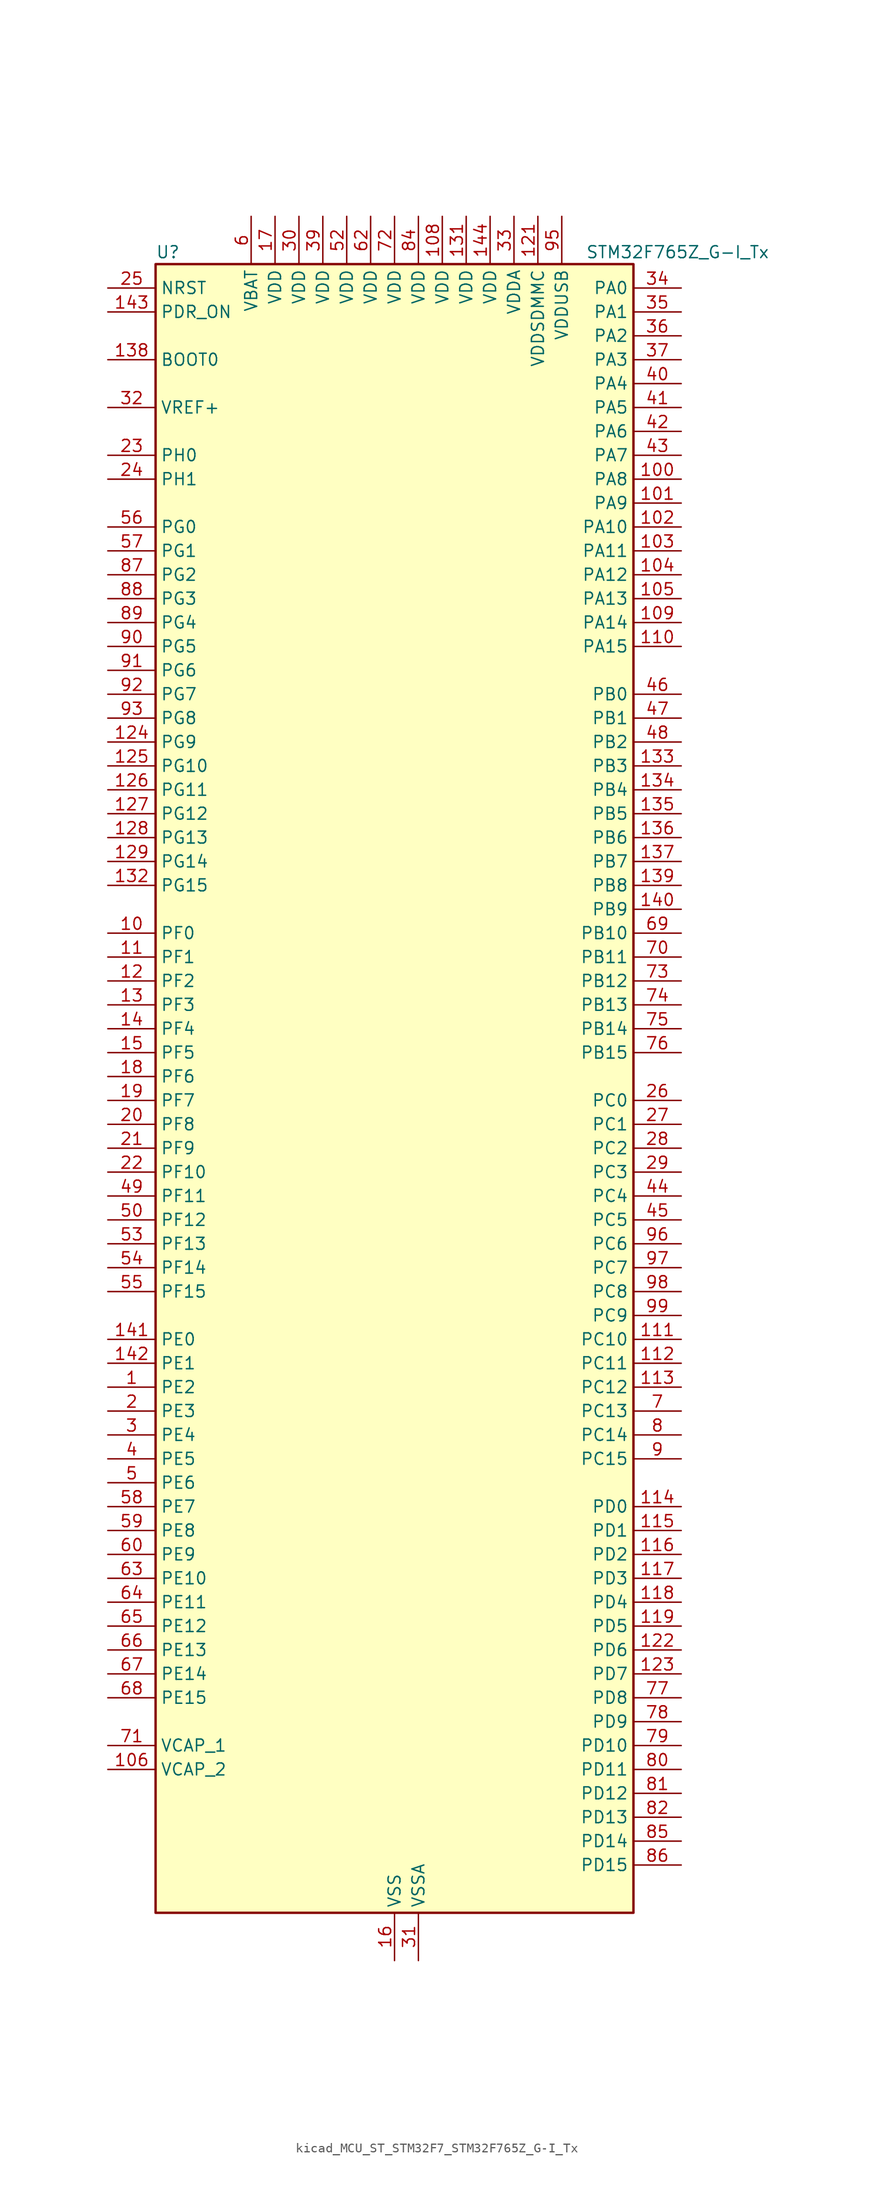
<source format=kicad_sym>
(kicad_symbol_lib
  (version 20220914)
  (generator kicad_symbol_editor)
  (symbol "kicad_MCU_ST_STM32F7_STM32F765Z_G-I_Tx"
    (property "Reference" "U"
      (at -25.4 90.17 0)
      (effects (font (size 1.27 1.27)) (justify left)))
    (property "Value" "STM32F765Z_G-I_Tx"
      (at 20.32 90.17 0)
      (effects (font (size 1.27 1.27)) (justify left)))
    (property "ki_locked" ""
      (at 0 0 0)
      (effects (font (size 1.27 1.27))))
    (symbol "kicad_MCU_ST_STM32F7_STM32F765Z_G-I_Tx_0_1"
      (rectangle (start -25.4 -86.36) (end 25.4 88.9) (stroke (width 0.254) (type default)) (fill (type background))))
    (symbol "kicad_MCU_ST_STM32F7_STM32F765Z_G-I_Tx_1_1"
      (pin bidirectional line (at -30.48 -30.48 0) (length 5.08) (name "PE2" (effects (font (size 1.27 1.27)))) (number "1" (effects (font (size 1.27 1.27)))) (alternate "ETH_TXD3" bidirectional line) (alternate "FMC_A23" bidirectional line) (alternate "QUADSPI_BK1_IO2" bidirectional line) (alternate "SAI1_MCLK_A" bidirectional line) (alternate "SPI4_SCK" bidirectional line) (alternate "SYS_TRACECLK" bidirectional line))
      (pin bidirectional line (at -30.48 17.78 0) (length 5.08) (name "PF0" (effects (font (size 1.27 1.27)))) (number "10" (effects (font (size 1.27 1.27)))) (alternate "FMC_A0" bidirectional line) (alternate "I2C2_SDA" bidirectional line))
      (pin bidirectional line (at 30.48 66.04 180) (length 5.08) (name "PA8" (effects (font (size 1.27 1.27)))) (number "100" (effects (font (size 1.27 1.27)))) (alternate "CAN3_RX" bidirectional line) (alternate "I2C3_SCL" bidirectional line) (alternate "RCC_MCO_1" bidirectional line) (alternate "TIM1_CH1" bidirectional line) (alternate "TIM8_BKIN2" bidirectional line) (alternate "UART7_RX" bidirectional line) (alternate "USART1_CK" bidirectional line) (alternate "USB_OTG_FS_SOF" bidirectional line))
      (pin bidirectional line (at 30.48 63.5 180) (length 5.08) (name "PA9" (effects (font (size 1.27 1.27)))) (number "101" (effects (font (size 1.27 1.27)))) (alternate "DAC_EXTI9" bidirectional line) (alternate "DCMI_D0" bidirectional line) (alternate "I2C3_SMBA" bidirectional line) (alternate "I2S2_CK" bidirectional line) (alternate "SPI2_SCK" bidirectional line) (alternate "TIM1_CH2" bidirectional line) (alternate "USART1_TX" bidirectional line) (alternate "USB_OTG_FS_VBUS" bidirectional line))
      (pin bidirectional line (at 30.48 60.96 180) (length 5.08) (name "PA10" (effects (font (size 1.27 1.27)))) (number "102" (effects (font (size 1.27 1.27)))) (alternate "DCMI_D1" bidirectional line) (alternate "MDIOS_MDIO" bidirectional line) (alternate "TIM1_CH3" bidirectional line) (alternate "USART1_RX" bidirectional line) (alternate "USB_OTG_FS_ID" bidirectional line))
      (pin bidirectional line (at 30.48 58.42 180) (length 5.08) (name "PA11" (effects (font (size 1.27 1.27)))) (number "103" (effects (font (size 1.27 1.27)))) (alternate "ADC1_EXTI11" bidirectional line) (alternate "ADC2_EXTI11" bidirectional line) (alternate "ADC3_EXTI11" bidirectional line) (alternate "CAN1_RX" bidirectional line) (alternate "I2S2_WS" bidirectional line) (alternate "SPI2_NSS" bidirectional line) (alternate "TIM1_CH4" bidirectional line) (alternate "UART4_RX" bidirectional line) (alternate "USART1_CTS" bidirectional line) (alternate "USB_OTG_FS_DM" bidirectional line))
      (pin bidirectional line (at 30.48 55.88 180) (length 5.08) (name "PA12" (effects (font (size 1.27 1.27)))) (number "104" (effects (font (size 1.27 1.27)))) (alternate "CAN1_TX" bidirectional line) (alternate "I2S2_CK" bidirectional line) (alternate "SAI2_FS_B" bidirectional line) (alternate "SPI2_SCK" bidirectional line) (alternate "TIM1_ETR" bidirectional line) (alternate "UART4_TX" bidirectional line) (alternate "USART1_DE" bidirectional line) (alternate "USART1_RTS" bidirectional line) (alternate "USB_OTG_FS_DP" bidirectional line))
      (pin bidirectional line (at 30.48 53.34 180) (length 5.08) (name "PA13" (effects (font (size 1.27 1.27)))) (number "105" (effects (font (size 1.27 1.27)))) (alternate "SYS_JTMS-SWDIO" bidirectional line))
      (pin power_out line (at -30.48 -71.12 0) (length 5.08) (name "VCAP_2" (effects (font (size 1.27 1.27)))) (number "106" (effects (font (size 1.27 1.27)))))
      (pin passive line (at 0 -91.44 90) (length 5.08) hide (name "VSS" (effects (font (size 1.27 1.27)))) (number "107" (effects (font (size 1.27 1.27)))))
      (pin power_in line (at 5.08 93.98 270) (length 5.08) (name "VDD" (effects (font (size 1.27 1.27)))) (number "108" (effects (font (size 1.27 1.27)))))
      (pin bidirectional line (at 30.48 50.8 180) (length 5.08) (name "PA14" (effects (font (size 1.27 1.27)))) (number "109" (effects (font (size 1.27 1.27)))) (alternate "SYS_JTCK-SWCLK" bidirectional line))
      (pin bidirectional line (at -30.48 15.24 0) (length 5.08) (name "PF1" (effects (font (size 1.27 1.27)))) (number "11" (effects (font (size 1.27 1.27)))) (alternate "FMC_A1" bidirectional line) (alternate "I2C2_SCL" bidirectional line))
      (pin bidirectional line (at 30.48 48.26 180) (length 5.08) (name "PA15" (effects (font (size 1.27 1.27)))) (number "110" (effects (font (size 1.27 1.27)))) (alternate "CAN3_TX" bidirectional line) (alternate "CEC" bidirectional line) (alternate "I2S1_WS" bidirectional line) (alternate "I2S3_WS" bidirectional line) (alternate "SPI1_NSS" bidirectional line) (alternate "SPI3_NSS" bidirectional line) (alternate "SPI6_NSS" bidirectional line) (alternate "SYS_JTDI" bidirectional line) (alternate "TIM2_CH1" bidirectional line) (alternate "TIM2_ETR" bidirectional line) (alternate "UART4_DE" bidirectional line) (alternate "UART4_RTS" bidirectional line) (alternate "UART7_TX" bidirectional line))
      (pin bidirectional line (at 30.48 -25.4 180) (length 5.08) (name "PC10" (effects (font (size 1.27 1.27)))) (number "111" (effects (font (size 1.27 1.27)))) (alternate "DCMI_D8" bidirectional line) (alternate "DFSDM1_CKIN5" bidirectional line) (alternate "I2S3_CK" bidirectional line) (alternate "QUADSPI_BK1_IO1" bidirectional line) (alternate "SDMMC1_D2" bidirectional line) (alternate "SPI3_SCK" bidirectional line) (alternate "UART4_TX" bidirectional line) (alternate "USART3_TX" bidirectional line))
      (pin bidirectional line (at 30.48 -27.94 180) (length 5.08) (name "PC11" (effects (font (size 1.27 1.27)))) (number "112" (effects (font (size 1.27 1.27)))) (alternate "ADC1_EXTI11" bidirectional line) (alternate "ADC2_EXTI11" bidirectional line) (alternate "ADC3_EXTI11" bidirectional line) (alternate "DCMI_D4" bidirectional line) (alternate "DFSDM1_DATIN5" bidirectional line) (alternate "QUADSPI_BK2_NCS" bidirectional line) (alternate "SDMMC1_D3" bidirectional line) (alternate "SPI3_MISO" bidirectional line) (alternate "UART4_RX" bidirectional line) (alternate "USART3_RX" bidirectional line))
      (pin bidirectional line (at 30.48 -30.48 180) (length 5.08) (name "PC12" (effects (font (size 1.27 1.27)))) (number "113" (effects (font (size 1.27 1.27)))) (alternate "DCMI_D9" bidirectional line) (alternate "I2S3_SD" bidirectional line) (alternate "SDMMC1_CK" bidirectional line) (alternate "SPI3_MOSI" bidirectional line) (alternate "SYS_TRACED3" bidirectional line) (alternate "UART5_TX" bidirectional line) (alternate "USART3_CK" bidirectional line))
      (pin bidirectional line (at 30.48 -43.18 180) (length 5.08) (name "PD0" (effects (font (size 1.27 1.27)))) (number "114" (effects (font (size 1.27 1.27)))) (alternate "CAN1_RX" bidirectional line) (alternate "DFSDM1_CKIN6" bidirectional line) (alternate "DFSDM1_DATIN7" bidirectional line) (alternate "FMC_D2" bidirectional line) (alternate "FMC_DA2" bidirectional line) (alternate "UART4_RX" bidirectional line))
      (pin bidirectional line (at 30.48 -45.72 180) (length 5.08) (name "PD1" (effects (font (size 1.27 1.27)))) (number "115" (effects (font (size 1.27 1.27)))) (alternate "CAN1_TX" bidirectional line) (alternate "DFSDM1_CKIN7" bidirectional line) (alternate "DFSDM1_DATIN6" bidirectional line) (alternate "FMC_D3" bidirectional line) (alternate "FMC_DA3" bidirectional line) (alternate "UART4_TX" bidirectional line))
      (pin bidirectional line (at 30.48 -48.26 180) (length 5.08) (name "PD2" (effects (font (size 1.27 1.27)))) (number "116" (effects (font (size 1.27 1.27)))) (alternate "DCMI_D11" bidirectional line) (alternate "SDMMC1_CMD" bidirectional line) (alternate "SYS_TRACED2" bidirectional line) (alternate "TIM3_ETR" bidirectional line) (alternate "UART5_RX" bidirectional line))
      (pin bidirectional line (at 30.48 -50.8 180) (length 5.08) (name "PD3" (effects (font (size 1.27 1.27)))) (number "117" (effects (font (size 1.27 1.27)))) (alternate "DCMI_D5" bidirectional line) (alternate "DFSDM1_CKOUT" bidirectional line) (alternate "DFSDM1_DATIN0" bidirectional line) (alternate "FMC_CLK" bidirectional line) (alternate "I2S2_CK" bidirectional line) (alternate "SPI2_SCK" bidirectional line) (alternate "USART2_CTS" bidirectional line))
      (pin bidirectional line (at 30.48 -53.34 180) (length 5.08) (name "PD4" (effects (font (size 1.27 1.27)))) (number "118" (effects (font (size 1.27 1.27)))) (alternate "DFSDM1_CKIN0" bidirectional line) (alternate "FMC_NOE" bidirectional line) (alternate "USART2_DE" bidirectional line) (alternate "USART2_RTS" bidirectional line))
      (pin bidirectional line (at 30.48 -55.88 180) (length 5.08) (name "PD5" (effects (font (size 1.27 1.27)))) (number "119" (effects (font (size 1.27 1.27)))) (alternate "FMC_NWE" bidirectional line) (alternate "USART2_TX" bidirectional line))
      (pin bidirectional line (at -30.48 12.7 0) (length 5.08) (name "PF2" (effects (font (size 1.27 1.27)))) (number "12" (effects (font (size 1.27 1.27)))) (alternate "FMC_A2" bidirectional line) (alternate "I2C2_SMBA" bidirectional line))
      (pin passive line (at 0 -91.44 90) (length 5.08) hide (name "VSS" (effects (font (size 1.27 1.27)))) (number "120" (effects (font (size 1.27 1.27)))))
      (pin power_in line (at 15.24 93.98 270) (length 5.08) (name "VDDSDMMC" (effects (font (size 1.27 1.27)))) (number "121" (effects (font (size 1.27 1.27)))))
      (pin bidirectional line (at 30.48 -58.42 180) (length 5.08) (name "PD6" (effects (font (size 1.27 1.27)))) (number "122" (effects (font (size 1.27 1.27)))) (alternate "DCMI_D10" bidirectional line) (alternate "DFSDM1_CKIN4" bidirectional line) (alternate "DFSDM1_DATIN1" bidirectional line) (alternate "FMC_NWAIT" bidirectional line) (alternate "I2S3_SD" bidirectional line) (alternate "SAI1_SD_A" bidirectional line) (alternate "SDMMC2_CK" bidirectional line) (alternate "SPI3_MOSI" bidirectional line) (alternate "USART2_RX" bidirectional line))
      (pin bidirectional line (at 30.48 -60.96 180) (length 5.08) (name "PD7" (effects (font (size 1.27 1.27)))) (number "123" (effects (font (size 1.27 1.27)))) (alternate "DFSDM1_CKIN1" bidirectional line) (alternate "DFSDM1_DATIN4" bidirectional line) (alternate "FMC_NE1" bidirectional line) (alternate "I2S1_SD" bidirectional line) (alternate "SDMMC2_CMD" bidirectional line) (alternate "SPDIFRX_IN0" bidirectional line) (alternate "SPI1_MOSI" bidirectional line) (alternate "USART2_CK" bidirectional line))
      (pin bidirectional line (at -30.48 38.1 0) (length 5.08) (name "PG9" (effects (font (size 1.27 1.27)))) (number "124" (effects (font (size 1.27 1.27)))) (alternate "DAC_EXTI9" bidirectional line) (alternate "DCMI_VSYNC" bidirectional line) (alternate "FMC_NCE" bidirectional line) (alternate "FMC_NE2" bidirectional line) (alternate "QUADSPI_BK2_IO2" bidirectional line) (alternate "SAI2_FS_B" bidirectional line) (alternate "SDMMC2_D0" bidirectional line) (alternate "SPDIFRX_IN3" bidirectional line) (alternate "SPI1_MISO" bidirectional line) (alternate "USART6_RX" bidirectional line))
      (pin bidirectional line (at -30.48 35.56 0) (length 5.08) (name "PG10" (effects (font (size 1.27 1.27)))) (number "125" (effects (font (size 1.27 1.27)))) (alternate "DCMI_D2" bidirectional line) (alternate "FMC_NE3" bidirectional line) (alternate "I2S1_WS" bidirectional line) (alternate "SAI2_SD_B" bidirectional line) (alternate "SDMMC2_D1" bidirectional line) (alternate "SPI1_NSS" bidirectional line))
      (pin bidirectional line (at -30.48 33.02 0) (length 5.08) (name "PG11" (effects (font (size 1.27 1.27)))) (number "126" (effects (font (size 1.27 1.27)))) (alternate "ADC1_EXTI11" bidirectional line) (alternate "ADC2_EXTI11" bidirectional line) (alternate "ADC3_EXTI11" bidirectional line) (alternate "DCMI_D3" bidirectional line) (alternate "ETH_TX_EN" bidirectional line) (alternate "I2S1_CK" bidirectional line) (alternate "SDMMC2_D2" bidirectional line) (alternate "SPDIFRX_IN0" bidirectional line) (alternate "SPI1_SCK" bidirectional line))
      (pin bidirectional line (at -30.48 30.48 0) (length 5.08) (name "PG12" (effects (font (size 1.27 1.27)))) (number "127" (effects (font (size 1.27 1.27)))) (alternate "FMC_NE4" bidirectional line) (alternate "LPTIM1_IN1" bidirectional line) (alternate "SDMMC2_D3" bidirectional line) (alternate "SPDIFRX_IN1" bidirectional line) (alternate "SPI6_MISO" bidirectional line) (alternate "USART6_DE" bidirectional line) (alternate "USART6_RTS" bidirectional line))
      (pin bidirectional line (at -30.48 27.94 0) (length 5.08) (name "PG13" (effects (font (size 1.27 1.27)))) (number "128" (effects (font (size 1.27 1.27)))) (alternate "ETH_TXD0" bidirectional line) (alternate "FMC_A24" bidirectional line) (alternate "LPTIM1_OUT" bidirectional line) (alternate "SPI6_SCK" bidirectional line) (alternate "SYS_TRACED0" bidirectional line) (alternate "USART6_CTS" bidirectional line))
      (pin bidirectional line (at -30.48 25.4 0) (length 5.08) (name "PG14" (effects (font (size 1.27 1.27)))) (number "129" (effects (font (size 1.27 1.27)))) (alternate "ETH_TXD1" bidirectional line) (alternate "FMC_A25" bidirectional line) (alternate "LPTIM1_ETR" bidirectional line) (alternate "QUADSPI_BK2_IO3" bidirectional line) (alternate "SPI6_MOSI" bidirectional line) (alternate "SYS_TRACED1" bidirectional line) (alternate "USART6_TX" bidirectional line))
      (pin bidirectional line (at -30.48 10.16 0) (length 5.08) (name "PF3" (effects (font (size 1.27 1.27)))) (number "13" (effects (font (size 1.27 1.27)))) (alternate "ADC3_IN9" bidirectional line) (alternate "FMC_A3" bidirectional line))
      (pin passive line (at 0 -91.44 90) (length 5.08) hide (name "VSS" (effects (font (size 1.27 1.27)))) (number "130" (effects (font (size 1.27 1.27)))))
      (pin power_in line (at 7.62 93.98 270) (length 5.08) (name "VDD" (effects (font (size 1.27 1.27)))) (number "131" (effects (font (size 1.27 1.27)))))
      (pin bidirectional line (at -30.48 22.86 0) (length 5.08) (name "PG15" (effects (font (size 1.27 1.27)))) (number "132" (effects (font (size 1.27 1.27)))) (alternate "DCMI_D13" bidirectional line) (alternate "FMC_SDNCAS" bidirectional line) (alternate "USART6_CTS" bidirectional line))
      (pin bidirectional line (at 30.48 35.56 180) (length 5.08) (name "PB3" (effects (font (size 1.27 1.27)))) (number "133" (effects (font (size 1.27 1.27)))) (alternate "CAN3_RX" bidirectional line) (alternate "I2S1_CK" bidirectional line) (alternate "I2S3_CK" bidirectional line) (alternate "SDMMC2_D2" bidirectional line) (alternate "SPI1_SCK" bidirectional line) (alternate "SPI3_SCK" bidirectional line) (alternate "SPI6_SCK" bidirectional line) (alternate "SYS_JTDO-SWO" bidirectional line) (alternate "TIM2_CH2" bidirectional line) (alternate "UART7_RX" bidirectional line))
      (pin bidirectional line (at 30.48 33.02 180) (length 5.08) (name "PB4" (effects (font (size 1.27 1.27)))) (number "134" (effects (font (size 1.27 1.27)))) (alternate "CAN3_TX" bidirectional line) (alternate "I2S2_WS" bidirectional line) (alternate "SDMMC2_D3" bidirectional line) (alternate "SPI1_MISO" bidirectional line) (alternate "SPI2_NSS" bidirectional line) (alternate "SPI3_MISO" bidirectional line) (alternate "SPI6_MISO" bidirectional line) (alternate "SYS_JTRST" bidirectional line) (alternate "TIM3_CH1" bidirectional line) (alternate "UART7_TX" bidirectional line))
      (pin bidirectional line (at 30.48 30.48 180) (length 5.08) (name "PB5" (effects (font (size 1.27 1.27)))) (number "135" (effects (font (size 1.27 1.27)))) (alternate "CAN2_RX" bidirectional line) (alternate "DCMI_D10" bidirectional line) (alternate "ETH_PPS_OUT" bidirectional line) (alternate "FMC_SDCKE1" bidirectional line) (alternate "I2C1_SMBA" bidirectional line) (alternate "I2S1_SD" bidirectional line) (alternate "I2S3_SD" bidirectional line) (alternate "SPI1_MOSI" bidirectional line) (alternate "SPI3_MOSI" bidirectional line) (alternate "SPI6_MOSI" bidirectional line) (alternate "TIM3_CH2" bidirectional line) (alternate "UART5_RX" bidirectional line) (alternate "USB_OTG_HS_ULPI_D7" bidirectional line))
      (pin bidirectional line (at 30.48 27.94 180) (length 5.08) (name "PB6" (effects (font (size 1.27 1.27)))) (number "136" (effects (font (size 1.27 1.27)))) (alternate "CAN2_TX" bidirectional line) (alternate "CEC" bidirectional line) (alternate "DCMI_D5" bidirectional line) (alternate "DFSDM1_DATIN5" bidirectional line) (alternate "FMC_SDNE1" bidirectional line) (alternate "I2C1_SCL" bidirectional line) (alternate "I2C4_SCL" bidirectional line) (alternate "QUADSPI_BK1_NCS" bidirectional line) (alternate "TIM4_CH1" bidirectional line) (alternate "UART5_TX" bidirectional line) (alternate "USART1_TX" bidirectional line))
      (pin bidirectional line (at 30.48 25.4 180) (length 5.08) (name "PB7" (effects (font (size 1.27 1.27)))) (number "137" (effects (font (size 1.27 1.27)))) (alternate "DCMI_VSYNC" bidirectional line) (alternate "DFSDM1_CKIN5" bidirectional line) (alternate "FMC_NL" bidirectional line) (alternate "I2C1_SDA" bidirectional line) (alternate "I2C4_SDA" bidirectional line) (alternate "TIM4_CH2" bidirectional line) (alternate "USART1_RX" bidirectional line))
      (pin input line (at -30.48 78.74 0) (length 5.08) (name "BOOT0" (effects (font (size 1.27 1.27)))) (number "138" (effects (font (size 1.27 1.27)))))
      (pin bidirectional line (at 30.48 22.86 180) (length 5.08) (name "PB8" (effects (font (size 1.27 1.27)))) (number "139" (effects (font (size 1.27 1.27)))) (alternate "CAN1_RX" bidirectional line) (alternate "DCMI_D6" bidirectional line) (alternate "DFSDM1_CKIN7" bidirectional line) (alternate "ETH_TXD3" bidirectional line) (alternate "I2C1_SCL" bidirectional line) (alternate "I2C4_SCL" bidirectional line) (alternate "SDMMC1_D4" bidirectional line) (alternate "SDMMC2_D4" bidirectional line) (alternate "TIM10_CH1" bidirectional line) (alternate "TIM4_CH3" bidirectional line) (alternate "UART5_RX" bidirectional line))
      (pin bidirectional line (at -30.48 7.62 0) (length 5.08) (name "PF4" (effects (font (size 1.27 1.27)))) (number "14" (effects (font (size 1.27 1.27)))) (alternate "ADC3_IN14" bidirectional line) (alternate "FMC_A4" bidirectional line))
      (pin bidirectional line (at 30.48 20.32 180) (length 5.08) (name "PB9" (effects (font (size 1.27 1.27)))) (number "140" (effects (font (size 1.27 1.27)))) (alternate "CAN1_TX" bidirectional line) (alternate "DAC_EXTI9" bidirectional line) (alternate "DCMI_D7" bidirectional line) (alternate "DFSDM1_DATIN7" bidirectional line) (alternate "I2C1_SDA" bidirectional line) (alternate "I2C4_SDA" bidirectional line) (alternate "I2C4_SMBA" bidirectional line) (alternate "I2S2_WS" bidirectional line) (alternate "SDMMC1_D5" bidirectional line) (alternate "SDMMC2_D5" bidirectional line) (alternate "SPI2_NSS" bidirectional line) (alternate "TIM11_CH1" bidirectional line) (alternate "TIM4_CH4" bidirectional line) (alternate "UART5_TX" bidirectional line))
      (pin bidirectional line (at -30.48 -25.4 0) (length 5.08) (name "PE0" (effects (font (size 1.27 1.27)))) (number "141" (effects (font (size 1.27 1.27)))) (alternate "DCMI_D2" bidirectional line) (alternate "FMC_NBL0" bidirectional line) (alternate "LPTIM1_ETR" bidirectional line) (alternate "SAI2_MCLK_A" bidirectional line) (alternate "TIM4_ETR" bidirectional line) (alternate "UART8_RX" bidirectional line))
      (pin bidirectional line (at -30.48 -27.94 0) (length 5.08) (name "PE1" (effects (font (size 1.27 1.27)))) (number "142" (effects (font (size 1.27 1.27)))) (alternate "DCMI_D3" bidirectional line) (alternate "FMC_NBL1" bidirectional line) (alternate "LPTIM1_IN2" bidirectional line) (alternate "UART8_TX" bidirectional line))
      (pin input line (at -30.48 83.82 0) (length 5.08) (name "PDR_ON" (effects (font (size 1.27 1.27)))) (number "143" (effects (font (size 1.27 1.27)))))
      (pin power_in line (at 10.16 93.98 270) (length 5.08) (name "VDD" (effects (font (size 1.27 1.27)))) (number "144" (effects (font (size 1.27 1.27)))))
      (pin bidirectional line (at -30.48 5.08 0) (length 5.08) (name "PF5" (effects (font (size 1.27 1.27)))) (number "15" (effects (font (size 1.27 1.27)))) (alternate "ADC3_IN15" bidirectional line) (alternate "FMC_A5" bidirectional line))
      (pin power_in line (at 0 -91.44 90) (length 5.08) (name "VSS" (effects (font (size 1.27 1.27)))) (number "16" (effects (font (size 1.27 1.27)))))
      (pin power_in line (at -12.7 93.98 270) (length 5.08) (name "VDD" (effects (font (size 1.27 1.27)))) (number "17" (effects (font (size 1.27 1.27)))))
      (pin bidirectional line (at -30.48 2.54 0) (length 5.08) (name "PF6" (effects (font (size 1.27 1.27)))) (number "18" (effects (font (size 1.27 1.27)))) (alternate "ADC3_IN4" bidirectional line) (alternate "QUADSPI_BK1_IO3" bidirectional line) (alternate "SAI1_SD_B" bidirectional line) (alternate "SPI5_NSS" bidirectional line) (alternate "TIM10_CH1" bidirectional line) (alternate "UART7_RX" bidirectional line))
      (pin bidirectional line (at -30.48 0 0) (length 5.08) (name "PF7" (effects (font (size 1.27 1.27)))) (number "19" (effects (font (size 1.27 1.27)))) (alternate "ADC3_IN5" bidirectional line) (alternate "QUADSPI_BK1_IO2" bidirectional line) (alternate "SAI1_MCLK_B" bidirectional line) (alternate "SPI5_SCK" bidirectional line) (alternate "TIM11_CH1" bidirectional line) (alternate "UART7_TX" bidirectional line))
      (pin bidirectional line (at -30.48 -33.02 0) (length 5.08) (name "PE3" (effects (font (size 1.27 1.27)))) (number "2" (effects (font (size 1.27 1.27)))) (alternate "FMC_A19" bidirectional line) (alternate "SAI1_SD_B" bidirectional line) (alternate "SYS_TRACED0" bidirectional line))
      (pin bidirectional line (at -30.48 -2.54 0) (length 5.08) (name "PF8" (effects (font (size 1.27 1.27)))) (number "20" (effects (font (size 1.27 1.27)))) (alternate "ADC3_IN6" bidirectional line) (alternate "QUADSPI_BK1_IO0" bidirectional line) (alternate "SAI1_SCK_B" bidirectional line) (alternate "SPI5_MISO" bidirectional line) (alternate "TIM13_CH1" bidirectional line) (alternate "UART7_DE" bidirectional line) (alternate "UART7_RTS" bidirectional line))
      (pin bidirectional line (at -30.48 -5.08 0) (length 5.08) (name "PF9" (effects (font (size 1.27 1.27)))) (number "21" (effects (font (size 1.27 1.27)))) (alternate "ADC3_IN7" bidirectional line) (alternate "DAC_EXTI9" bidirectional line) (alternate "QUADSPI_BK1_IO1" bidirectional line) (alternate "SAI1_FS_B" bidirectional line) (alternate "SPI5_MOSI" bidirectional line) (alternate "TIM14_CH1" bidirectional line) (alternate "UART7_CTS" bidirectional line))
      (pin bidirectional line (at -30.48 -7.62 0) (length 5.08) (name "PF10" (effects (font (size 1.27 1.27)))) (number "22" (effects (font (size 1.27 1.27)))) (alternate "ADC3_IN8" bidirectional line) (alternate "DCMI_D11" bidirectional line) (alternate "QUADSPI_CLK" bidirectional line))
      (pin bidirectional line (at -30.48 68.58 0) (length 5.08) (name "PH0" (effects (font (size 1.27 1.27)))) (number "23" (effects (font (size 1.27 1.27)))) (alternate "RCC_OSC_IN" bidirectional line))
      (pin bidirectional line (at -30.48 66.04 0) (length 5.08) (name "PH1" (effects (font (size 1.27 1.27)))) (number "24" (effects (font (size 1.27 1.27)))) (alternate "RCC_OSC_OUT" bidirectional line))
      (pin input line (at -30.48 86.36 0) (length 5.08) (name "NRST" (effects (font (size 1.27 1.27)))) (number "25" (effects (font (size 1.27 1.27)))))
      (pin bidirectional line (at 30.48 0 180) (length 5.08) (name "PC0" (effects (font (size 1.27 1.27)))) (number "26" (effects (font (size 1.27 1.27)))) (alternate "ADC1_IN10" bidirectional line) (alternate "ADC2_IN10" bidirectional line) (alternate "ADC3_IN10" bidirectional line) (alternate "DFSDM1_CKIN0" bidirectional line) (alternate "DFSDM1_DATIN4" bidirectional line) (alternate "FMC_SDNWE" bidirectional line) (alternate "SAI2_FS_B" bidirectional line) (alternate "USB_OTG_HS_ULPI_STP" bidirectional line))
      (pin bidirectional line (at 30.48 -2.54 180) (length 5.08) (name "PC1" (effects (font (size 1.27 1.27)))) (number "27" (effects (font (size 1.27 1.27)))) (alternate "ADC1_IN11" bidirectional line) (alternate "ADC2_IN11" bidirectional line) (alternate "ADC3_IN11" bidirectional line) (alternate "DFSDM1_CKIN4" bidirectional line) (alternate "DFSDM1_DATIN0" bidirectional line) (alternate "ETH_MDC" bidirectional line) (alternate "I2S2_SD" bidirectional line) (alternate "MDIOS_MDC" bidirectional line) (alternate "RTC_TAMP3" bidirectional line) (alternate "RTC_TS" bidirectional line) (alternate "SAI1_SD_A" bidirectional line) (alternate "SPI2_MOSI" bidirectional line) (alternate "SYS_TRACED0" bidirectional line) (alternate "SYS_WKUP3" bidirectional line))
      (pin bidirectional line (at 30.48 -5.08 180) (length 5.08) (name "PC2" (effects (font (size 1.27 1.27)))) (number "28" (effects (font (size 1.27 1.27)))) (alternate "ADC1_IN12" bidirectional line) (alternate "ADC2_IN12" bidirectional line) (alternate "ADC3_IN12" bidirectional line) (alternate "DFSDM1_CKIN1" bidirectional line) (alternate "DFSDM1_CKOUT" bidirectional line) (alternate "ETH_TXD2" bidirectional line) (alternate "FMC_SDNE0" bidirectional line) (alternate "SPI2_MISO" bidirectional line) (alternate "USB_OTG_HS_ULPI_DIR" bidirectional line))
      (pin bidirectional line (at 30.48 -7.62 180) (length 5.08) (name "PC3" (effects (font (size 1.27 1.27)))) (number "29" (effects (font (size 1.27 1.27)))) (alternate "ADC1_IN13" bidirectional line) (alternate "ADC2_IN13" bidirectional line) (alternate "ADC3_IN13" bidirectional line) (alternate "DFSDM1_DATIN1" bidirectional line) (alternate "ETH_TX_CLK" bidirectional line) (alternate "FMC_SDCKE0" bidirectional line) (alternate "I2S2_SD" bidirectional line) (alternate "SPI2_MOSI" bidirectional line) (alternate "USB_OTG_HS_ULPI_NXT" bidirectional line))
      (pin bidirectional line (at -30.48 -35.56 0) (length 5.08) (name "PE4" (effects (font (size 1.27 1.27)))) (number "3" (effects (font (size 1.27 1.27)))) (alternate "DCMI_D4" bidirectional line) (alternate "DFSDM1_DATIN3" bidirectional line) (alternate "FMC_A20" bidirectional line) (alternate "SAI1_FS_A" bidirectional line) (alternate "SPI4_NSS" bidirectional line) (alternate "SYS_TRACED1" bidirectional line))
      (pin power_in line (at -10.16 93.98 270) (length 5.08) (name "VDD" (effects (font (size 1.27 1.27)))) (number "30" (effects (font (size 1.27 1.27)))))
      (pin power_in line (at 2.54 -91.44 90) (length 5.08) (name "VSSA" (effects (font (size 1.27 1.27)))) (number "31" (effects (font (size 1.27 1.27)))))
      (pin input line (at -30.48 73.66 0) (length 5.08) (name "VREF+" (effects (font (size 1.27 1.27)))) (number "32" (effects (font (size 1.27 1.27)))))
      (pin power_in line (at 12.7 93.98 270) (length 5.08) (name "VDDA" (effects (font (size 1.27 1.27)))) (number "33" (effects (font (size 1.27 1.27)))))
      (pin bidirectional line (at 30.48 86.36 180) (length 5.08) (name "PA0" (effects (font (size 1.27 1.27)))) (number "34" (effects (font (size 1.27 1.27)))) (alternate "ADC1_IN0" bidirectional line) (alternate "ADC2_IN0" bidirectional line) (alternate "ADC3_IN0" bidirectional line) (alternate "ETH_CRS" bidirectional line) (alternate "SAI2_SD_B" bidirectional line) (alternate "SYS_WKUP1" bidirectional line) (alternate "TIM2_CH1" bidirectional line) (alternate "TIM2_ETR" bidirectional line) (alternate "TIM5_CH1" bidirectional line) (alternate "TIM8_ETR" bidirectional line) (alternate "UART4_TX" bidirectional line) (alternate "USART2_CTS" bidirectional line))
      (pin bidirectional line (at 30.48 83.82 180) (length 5.08) (name "PA1" (effects (font (size 1.27 1.27)))) (number "35" (effects (font (size 1.27 1.27)))) (alternate "ADC1_IN1" bidirectional line) (alternate "ADC2_IN1" bidirectional line) (alternate "ADC3_IN1" bidirectional line) (alternate "ETH_REF_CLK" bidirectional line) (alternate "ETH_RX_CLK" bidirectional line) (alternate "QUADSPI_BK1_IO3" bidirectional line) (alternate "SAI2_MCLK_B" bidirectional line) (alternate "TIM2_CH2" bidirectional line) (alternate "TIM5_CH2" bidirectional line) (alternate "UART4_RX" bidirectional line) (alternate "USART2_DE" bidirectional line) (alternate "USART2_RTS" bidirectional line))
      (pin bidirectional line (at 30.48 81.28 180) (length 5.08) (name "PA2" (effects (font (size 1.27 1.27)))) (number "36" (effects (font (size 1.27 1.27)))) (alternate "ADC1_IN2" bidirectional line) (alternate "ADC2_IN2" bidirectional line) (alternate "ADC3_IN2" bidirectional line) (alternate "ETH_MDIO" bidirectional line) (alternate "MDIOS_MDIO" bidirectional line) (alternate "SAI2_SCK_B" bidirectional line) (alternate "SYS_WKUP2" bidirectional line) (alternate "TIM2_CH3" bidirectional line) (alternate "TIM5_CH3" bidirectional line) (alternate "TIM9_CH1" bidirectional line) (alternate "USART2_TX" bidirectional line))
      (pin bidirectional line (at 30.48 78.74 180) (length 5.08) (name "PA3" (effects (font (size 1.27 1.27)))) (number "37" (effects (font (size 1.27 1.27)))) (alternate "ADC1_IN3" bidirectional line) (alternate "ADC2_IN3" bidirectional line) (alternate "ADC3_IN3" bidirectional line) (alternate "ETH_COL" bidirectional line) (alternate "TIM2_CH4" bidirectional line) (alternate "TIM5_CH4" bidirectional line) (alternate "TIM9_CH2" bidirectional line) (alternate "USART2_RX" bidirectional line) (alternate "USB_OTG_HS_ULPI_D0" bidirectional line))
      (pin passive line (at 0 -91.44 90) (length 5.08) hide (name "VSS" (effects (font (size 1.27 1.27)))) (number "38" (effects (font (size 1.27 1.27)))))
      (pin power_in line (at -7.62 93.98 270) (length 5.08) (name "VDD" (effects (font (size 1.27 1.27)))) (number "39" (effects (font (size 1.27 1.27)))))
      (pin bidirectional line (at -30.48 -38.1 0) (length 5.08) (name "PE5" (effects (font (size 1.27 1.27)))) (number "4" (effects (font (size 1.27 1.27)))) (alternate "DCMI_D6" bidirectional line) (alternate "DFSDM1_CKIN3" bidirectional line) (alternate "FMC_A21" bidirectional line) (alternate "SAI1_SCK_A" bidirectional line) (alternate "SPI4_MISO" bidirectional line) (alternate "SYS_TRACED2" bidirectional line) (alternate "TIM9_CH1" bidirectional line))
      (pin bidirectional line (at 30.48 76.2 180) (length 5.08) (name "PA4" (effects (font (size 1.27 1.27)))) (number "40" (effects (font (size 1.27 1.27)))) (alternate "ADC1_IN4" bidirectional line) (alternate "ADC2_IN4" bidirectional line) (alternate "DAC_OUT1" bidirectional line) (alternate "DCMI_HSYNC" bidirectional line) (alternate "I2S1_WS" bidirectional line) (alternate "I2S3_WS" bidirectional line) (alternate "SPI1_NSS" bidirectional line) (alternate "SPI3_NSS" bidirectional line) (alternate "SPI6_NSS" bidirectional line) (alternate "USART2_CK" bidirectional line) (alternate "USB_OTG_HS_SOF" bidirectional line))
      (pin bidirectional line (at 30.48 73.66 180) (length 5.08) (name "PA5" (effects (font (size 1.27 1.27)))) (number "41" (effects (font (size 1.27 1.27)))) (alternate "ADC1_IN5" bidirectional line) (alternate "ADC2_IN5" bidirectional line) (alternate "DAC_OUT2" bidirectional line) (alternate "I2S1_CK" bidirectional line) (alternate "SPI1_SCK" bidirectional line) (alternate "SPI6_SCK" bidirectional line) (alternate "TIM2_CH1" bidirectional line) (alternate "TIM2_ETR" bidirectional line) (alternate "TIM8_CH1N" bidirectional line) (alternate "USB_OTG_HS_ULPI_CK" bidirectional line))
      (pin bidirectional line (at 30.48 71.12 180) (length 5.08) (name "PA6" (effects (font (size 1.27 1.27)))) (number "42" (effects (font (size 1.27 1.27)))) (alternate "ADC1_IN6" bidirectional line) (alternate "ADC2_IN6" bidirectional line) (alternate "DCMI_PIXCLK" bidirectional line) (alternate "MDIOS_MDC" bidirectional line) (alternate "SPI1_MISO" bidirectional line) (alternate "SPI6_MISO" bidirectional line) (alternate "TIM13_CH1" bidirectional line) (alternate "TIM1_BKIN" bidirectional line) (alternate "TIM3_CH1" bidirectional line) (alternate "TIM8_BKIN" bidirectional line))
      (pin bidirectional line (at 30.48 68.58 180) (length 5.08) (name "PA7" (effects (font (size 1.27 1.27)))) (number "43" (effects (font (size 1.27 1.27)))) (alternate "ADC1_IN7" bidirectional line) (alternate "ADC2_IN7" bidirectional line) (alternate "ETH_CRS_DV" bidirectional line) (alternate "ETH_RX_DV" bidirectional line) (alternate "FMC_SDNWE" bidirectional line) (alternate "I2S1_SD" bidirectional line) (alternate "SPI1_MOSI" bidirectional line) (alternate "SPI6_MOSI" bidirectional line) (alternate "TIM14_CH1" bidirectional line) (alternate "TIM1_CH1N" bidirectional line) (alternate "TIM3_CH2" bidirectional line) (alternate "TIM8_CH1N" bidirectional line))
      (pin bidirectional line (at 30.48 -10.16 180) (length 5.08) (name "PC4" (effects (font (size 1.27 1.27)))) (number "44" (effects (font (size 1.27 1.27)))) (alternate "ADC1_IN14" bidirectional line) (alternate "ADC2_IN14" bidirectional line) (alternate "DFSDM1_CKIN2" bidirectional line) (alternate "ETH_RXD0" bidirectional line) (alternate "FMC_SDNE0" bidirectional line) (alternate "I2S1_MCK" bidirectional line) (alternate "SPDIFRX_IN2" bidirectional line))
      (pin bidirectional line (at 30.48 -12.7 180) (length 5.08) (name "PC5" (effects (font (size 1.27 1.27)))) (number "45" (effects (font (size 1.27 1.27)))) (alternate "ADC1_IN15" bidirectional line) (alternate "ADC2_IN15" bidirectional line) (alternate "DFSDM1_DATIN2" bidirectional line) (alternate "ETH_RXD1" bidirectional line) (alternate "FMC_SDCKE0" bidirectional line) (alternate "SPDIFRX_IN3" bidirectional line))
      (pin bidirectional line (at 30.48 43.18 180) (length 5.08) (name "PB0" (effects (font (size 1.27 1.27)))) (number "46" (effects (font (size 1.27 1.27)))) (alternate "ADC1_IN8" bidirectional line) (alternate "ADC2_IN8" bidirectional line) (alternate "DFSDM1_CKOUT" bidirectional line) (alternate "ETH_RXD2" bidirectional line) (alternate "TIM1_CH2N" bidirectional line) (alternate "TIM3_CH3" bidirectional line) (alternate "TIM8_CH2N" bidirectional line) (alternate "UART4_CTS" bidirectional line) (alternate "USB_OTG_HS_ULPI_D1" bidirectional line))
      (pin bidirectional line (at 30.48 40.64 180) (length 5.08) (name "PB1" (effects (font (size 1.27 1.27)))) (number "47" (effects (font (size 1.27 1.27)))) (alternate "ADC1_IN9" bidirectional line) (alternate "ADC2_IN9" bidirectional line) (alternate "DFSDM1_DATIN1" bidirectional line) (alternate "ETH_RXD3" bidirectional line) (alternate "TIM1_CH3N" bidirectional line) (alternate "TIM3_CH4" bidirectional line) (alternate "TIM8_CH3N" bidirectional line) (alternate "USB_OTG_HS_ULPI_D2" bidirectional line))
      (pin bidirectional line (at 30.48 38.1 180) (length 5.08) (name "PB2" (effects (font (size 1.27 1.27)))) (number "48" (effects (font (size 1.27 1.27)))) (alternate "DFSDM1_CKIN1" bidirectional line) (alternate "I2S3_SD" bidirectional line) (alternate "QUADSPI_CLK" bidirectional line) (alternate "SAI1_SD_A" bidirectional line) (alternate "SPI3_MOSI" bidirectional line))
      (pin bidirectional line (at -30.48 -10.16 0) (length 5.08) (name "PF11" (effects (font (size 1.27 1.27)))) (number "49" (effects (font (size 1.27 1.27)))) (alternate "ADC1_EXTI11" bidirectional line) (alternate "ADC2_EXTI11" bidirectional line) (alternate "ADC3_EXTI11" bidirectional line) (alternate "DCMI_D12" bidirectional line) (alternate "FMC_SDNRAS" bidirectional line) (alternate "SAI2_SD_B" bidirectional line) (alternate "SPI5_MOSI" bidirectional line))
      (pin bidirectional line (at -30.48 -40.64 0) (length 5.08) (name "PE6" (effects (font (size 1.27 1.27)))) (number "5" (effects (font (size 1.27 1.27)))) (alternate "DCMI_D7" bidirectional line) (alternate "FMC_A22" bidirectional line) (alternate "SAI1_SD_A" bidirectional line) (alternate "SAI2_MCLK_B" bidirectional line) (alternate "SPI4_MOSI" bidirectional line) (alternate "SYS_TRACED3" bidirectional line) (alternate "TIM1_BKIN2" bidirectional line) (alternate "TIM9_CH2" bidirectional line))
      (pin bidirectional line (at -30.48 -12.7 0) (length 5.08) (name "PF12" (effects (font (size 1.27 1.27)))) (number "50" (effects (font (size 1.27 1.27)))) (alternate "FMC_A6" bidirectional line))
      (pin passive line (at 0 -91.44 90) (length 5.08) hide (name "VSS" (effects (font (size 1.27 1.27)))) (number "51" (effects (font (size 1.27 1.27)))))
      (pin power_in line (at -5.08 93.98 270) (length 5.08) (name "VDD" (effects (font (size 1.27 1.27)))) (number "52" (effects (font (size 1.27 1.27)))))
      (pin bidirectional line (at -30.48 -15.24 0) (length 5.08) (name "PF13" (effects (font (size 1.27 1.27)))) (number "53" (effects (font (size 1.27 1.27)))) (alternate "DFSDM1_DATIN6" bidirectional line) (alternate "FMC_A7" bidirectional line) (alternate "I2C4_SMBA" bidirectional line))
      (pin bidirectional line (at -30.48 -17.78 0) (length 5.08) (name "PF14" (effects (font (size 1.27 1.27)))) (number "54" (effects (font (size 1.27 1.27)))) (alternate "DFSDM1_CKIN6" bidirectional line) (alternate "FMC_A8" bidirectional line) (alternate "I2C4_SCL" bidirectional line))
      (pin bidirectional line (at -30.48 -20.32 0) (length 5.08) (name "PF15" (effects (font (size 1.27 1.27)))) (number "55" (effects (font (size 1.27 1.27)))) (alternate "FMC_A9" bidirectional line) (alternate "I2C4_SDA" bidirectional line))
      (pin bidirectional line (at -30.48 60.96 0) (length 5.08) (name "PG0" (effects (font (size 1.27 1.27)))) (number "56" (effects (font (size 1.27 1.27)))) (alternate "FMC_A10" bidirectional line))
      (pin bidirectional line (at -30.48 58.42 0) (length 5.08) (name "PG1" (effects (font (size 1.27 1.27)))) (number "57" (effects (font (size 1.27 1.27)))) (alternate "FMC_A11" bidirectional line))
      (pin bidirectional line (at -30.48 -43.18 0) (length 5.08) (name "PE7" (effects (font (size 1.27 1.27)))) (number "58" (effects (font (size 1.27 1.27)))) (alternate "DFSDM1_DATIN2" bidirectional line) (alternate "FMC_D4" bidirectional line) (alternate "FMC_DA4" bidirectional line) (alternate "QUADSPI_BK2_IO0" bidirectional line) (alternate "TIM1_ETR" bidirectional line) (alternate "UART7_RX" bidirectional line))
      (pin bidirectional line (at -30.48 -45.72 0) (length 5.08) (name "PE8" (effects (font (size 1.27 1.27)))) (number "59" (effects (font (size 1.27 1.27)))) (alternate "DFSDM1_CKIN2" bidirectional line) (alternate "FMC_D5" bidirectional line) (alternate "FMC_DA5" bidirectional line) (alternate "QUADSPI_BK2_IO1" bidirectional line) (alternate "TIM1_CH1N" bidirectional line) (alternate "UART7_TX" bidirectional line))
      (pin power_in line (at -15.24 93.98 270) (length 5.08) (name "VBAT" (effects (font (size 1.27 1.27)))) (number "6" (effects (font (size 1.27 1.27)))))
      (pin bidirectional line (at -30.48 -48.26 0) (length 5.08) (name "PE9" (effects (font (size 1.27 1.27)))) (number "60" (effects (font (size 1.27 1.27)))) (alternate "DAC_EXTI9" bidirectional line) (alternate "DFSDM1_CKOUT" bidirectional line) (alternate "FMC_D6" bidirectional line) (alternate "FMC_DA6" bidirectional line) (alternate "QUADSPI_BK2_IO2" bidirectional line) (alternate "TIM1_CH1" bidirectional line) (alternate "UART7_DE" bidirectional line) (alternate "UART7_RTS" bidirectional line))
      (pin passive line (at 0 -91.44 90) (length 5.08) hide (name "VSS" (effects (font (size 1.27 1.27)))) (number "61" (effects (font (size 1.27 1.27)))))
      (pin power_in line (at -2.54 93.98 270) (length 5.08) (name "VDD" (effects (font (size 1.27 1.27)))) (number "62" (effects (font (size 1.27 1.27)))))
      (pin bidirectional line (at -30.48 -50.8 0) (length 5.08) (name "PE10" (effects (font (size 1.27 1.27)))) (number "63" (effects (font (size 1.27 1.27)))) (alternate "DFSDM1_DATIN4" bidirectional line) (alternate "FMC_D7" bidirectional line) (alternate "FMC_DA7" bidirectional line) (alternate "QUADSPI_BK2_IO3" bidirectional line) (alternate "TIM1_CH2N" bidirectional line) (alternate "UART7_CTS" bidirectional line))
      (pin bidirectional line (at -30.48 -53.34 0) (length 5.08) (name "PE11" (effects (font (size 1.27 1.27)))) (number "64" (effects (font (size 1.27 1.27)))) (alternate "ADC1_EXTI11" bidirectional line) (alternate "ADC2_EXTI11" bidirectional line) (alternate "ADC3_EXTI11" bidirectional line) (alternate "DFSDM1_CKIN4" bidirectional line) (alternate "FMC_D8" bidirectional line) (alternate "FMC_DA8" bidirectional line) (alternate "SAI2_SD_B" bidirectional line) (alternate "SPI4_NSS" bidirectional line) (alternate "TIM1_CH2" bidirectional line))
      (pin bidirectional line (at -30.48 -55.88 0) (length 5.08) (name "PE12" (effects (font (size 1.27 1.27)))) (number "65" (effects (font (size 1.27 1.27)))) (alternate "DFSDM1_DATIN5" bidirectional line) (alternate "FMC_D9" bidirectional line) (alternate "FMC_DA9" bidirectional line) (alternate "SAI2_SCK_B" bidirectional line) (alternate "SPI4_SCK" bidirectional line) (alternate "TIM1_CH3N" bidirectional line))
      (pin bidirectional line (at -30.48 -58.42 0) (length 5.08) (name "PE13" (effects (font (size 1.27 1.27)))) (number "66" (effects (font (size 1.27 1.27)))) (alternate "DFSDM1_CKIN5" bidirectional line) (alternate "FMC_D10" bidirectional line) (alternate "FMC_DA10" bidirectional line) (alternate "SAI2_FS_B" bidirectional line) (alternate "SPI4_MISO" bidirectional line) (alternate "TIM1_CH3" bidirectional line))
      (pin bidirectional line (at -30.48 -60.96 0) (length 5.08) (name "PE14" (effects (font (size 1.27 1.27)))) (number "67" (effects (font (size 1.27 1.27)))) (alternate "FMC_D11" bidirectional line) (alternate "FMC_DA11" bidirectional line) (alternate "SAI2_MCLK_B" bidirectional line) (alternate "SPI4_MOSI" bidirectional line) (alternate "TIM1_CH4" bidirectional line))
      (pin bidirectional line (at -30.48 -63.5 0) (length 5.08) (name "PE15" (effects (font (size 1.27 1.27)))) (number "68" (effects (font (size 1.27 1.27)))) (alternate "FMC_D12" bidirectional line) (alternate "FMC_DA12" bidirectional line) (alternate "TIM1_BKIN" bidirectional line))
      (pin bidirectional line (at 30.48 17.78 180) (length 5.08) (name "PB10" (effects (font (size 1.27 1.27)))) (number "69" (effects (font (size 1.27 1.27)))) (alternate "DFSDM1_DATIN7" bidirectional line) (alternate "ETH_RX_ER" bidirectional line) (alternate "I2C2_SCL" bidirectional line) (alternate "I2S2_CK" bidirectional line) (alternate "QUADSPI_BK1_NCS" bidirectional line) (alternate "SPI2_SCK" bidirectional line) (alternate "TIM2_CH3" bidirectional line) (alternate "USART3_TX" bidirectional line) (alternate "USB_OTG_HS_ULPI_D3" bidirectional line))
      (pin bidirectional line (at 30.48 -33.02 180) (length 5.08) (name "PC13" (effects (font (size 1.27 1.27)))) (number "7" (effects (font (size 1.27 1.27)))) (alternate "RTC_OUT" bidirectional line) (alternate "RTC_TAMP1" bidirectional line) (alternate "RTC_TS" bidirectional line) (alternate "SYS_WKUP4" bidirectional line))
      (pin bidirectional line (at 30.48 15.24 180) (length 5.08) (name "PB11" (effects (font (size 1.27 1.27)))) (number "70" (effects (font (size 1.27 1.27)))) (alternate "ADC1_EXTI11" bidirectional line) (alternate "ADC2_EXTI11" bidirectional line) (alternate "ADC3_EXTI11" bidirectional line) (alternate "DFSDM1_CKIN7" bidirectional line) (alternate "ETH_TX_EN" bidirectional line) (alternate "I2C2_SDA" bidirectional line) (alternate "TIM2_CH4" bidirectional line) (alternate "USART3_RX" bidirectional line) (alternate "USB_OTG_HS_ULPI_D4" bidirectional line))
      (pin power_out line (at -30.48 -68.58 0) (length 5.08) (name "VCAP_1" (effects (font (size 1.27 1.27)))) (number "71" (effects (font (size 1.27 1.27)))))
      (pin power_in line (at 0 93.98 270) (length 5.08) (name "VDD" (effects (font (size 1.27 1.27)))) (number "72" (effects (font (size 1.27 1.27)))))
      (pin bidirectional line (at 30.48 12.7 180) (length 5.08) (name "PB12" (effects (font (size 1.27 1.27)))) (number "73" (effects (font (size 1.27 1.27)))) (alternate "CAN2_RX" bidirectional line) (alternate "DFSDM1_DATIN1" bidirectional line) (alternate "ETH_TXD0" bidirectional line) (alternate "I2C2_SMBA" bidirectional line) (alternate "I2S2_WS" bidirectional line) (alternate "SPI2_NSS" bidirectional line) (alternate "TIM1_BKIN" bidirectional line) (alternate "UART5_RX" bidirectional line) (alternate "USART3_CK" bidirectional line) (alternate "USB_OTG_HS_ID" bidirectional line) (alternate "USB_OTG_HS_ULPI_D5" bidirectional line))
      (pin bidirectional line (at 30.48 10.16 180) (length 5.08) (name "PB13" (effects (font (size 1.27 1.27)))) (number "74" (effects (font (size 1.27 1.27)))) (alternate "CAN2_TX" bidirectional line) (alternate "DFSDM1_CKIN1" bidirectional line) (alternate "ETH_TXD1" bidirectional line) (alternate "I2S2_CK" bidirectional line) (alternate "SPI2_SCK" bidirectional line) (alternate "TIM1_CH1N" bidirectional line) (alternate "UART5_TX" bidirectional line) (alternate "USART3_CTS" bidirectional line) (alternate "USB_OTG_HS_ULPI_D6" bidirectional line) (alternate "USB_OTG_HS_VBUS" bidirectional line))
      (pin bidirectional line (at 30.48 7.62 180) (length 5.08) (name "PB14" (effects (font (size 1.27 1.27)))) (number "75" (effects (font (size 1.27 1.27)))) (alternate "DFSDM1_DATIN2" bidirectional line) (alternate "SDMMC2_D0" bidirectional line) (alternate "SPI2_MISO" bidirectional line) (alternate "TIM12_CH1" bidirectional line) (alternate "TIM1_CH2N" bidirectional line) (alternate "TIM8_CH2N" bidirectional line) (alternate "UART4_DE" bidirectional line) (alternate "UART4_RTS" bidirectional line) (alternate "USART1_TX" bidirectional line) (alternate "USART3_DE" bidirectional line) (alternate "USART3_RTS" bidirectional line) (alternate "USB_OTG_HS_DM" bidirectional line))
      (pin bidirectional line (at 30.48 5.08 180) (length 5.08) (name "PB15" (effects (font (size 1.27 1.27)))) (number "76" (effects (font (size 1.27 1.27)))) (alternate "DFSDM1_CKIN2" bidirectional line) (alternate "I2S2_SD" bidirectional line) (alternate "RTC_REFIN" bidirectional line) (alternate "SDMMC2_D1" bidirectional line) (alternate "SPI2_MOSI" bidirectional line) (alternate "TIM12_CH2" bidirectional line) (alternate "TIM1_CH3N" bidirectional line) (alternate "TIM8_CH3N" bidirectional line) (alternate "UART4_CTS" bidirectional line) (alternate "USART1_RX" bidirectional line) (alternate "USB_OTG_HS_DP" bidirectional line))
      (pin bidirectional line (at 30.48 -63.5 180) (length 5.08) (name "PD8" (effects (font (size 1.27 1.27)))) (number "77" (effects (font (size 1.27 1.27)))) (alternate "DFSDM1_CKIN3" bidirectional line) (alternate "FMC_D13" bidirectional line) (alternate "FMC_DA13" bidirectional line) (alternate "SPDIFRX_IN1" bidirectional line) (alternate "USART3_TX" bidirectional line))
      (pin bidirectional line (at 30.48 -66.04 180) (length 5.08) (name "PD9" (effects (font (size 1.27 1.27)))) (number "78" (effects (font (size 1.27 1.27)))) (alternate "DAC_EXTI9" bidirectional line) (alternate "DFSDM1_DATIN3" bidirectional line) (alternate "FMC_D14" bidirectional line) (alternate "FMC_DA14" bidirectional line) (alternate "USART3_RX" bidirectional line))
      (pin bidirectional line (at 30.48 -68.58 180) (length 5.08) (name "PD10" (effects (font (size 1.27 1.27)))) (number "79" (effects (font (size 1.27 1.27)))) (alternate "DFSDM1_CKOUT" bidirectional line) (alternate "FMC_D15" bidirectional line) (alternate "FMC_DA15" bidirectional line) (alternate "USART3_CK" bidirectional line))
      (pin bidirectional line (at 30.48 -35.56 180) (length 5.08) (name "PC14" (effects (font (size 1.27 1.27)))) (number "8" (effects (font (size 1.27 1.27)))) (alternate "RCC_OSC32_IN" bidirectional line))
      (pin bidirectional line (at 30.48 -71.12 180) (length 5.08) (name "PD11" (effects (font (size 1.27 1.27)))) (number "80" (effects (font (size 1.27 1.27)))) (alternate "ADC1_EXTI11" bidirectional line) (alternate "ADC2_EXTI11" bidirectional line) (alternate "ADC3_EXTI11" bidirectional line) (alternate "FMC_A16" bidirectional line) (alternate "FMC_CLE" bidirectional line) (alternate "I2C4_SMBA" bidirectional line) (alternate "QUADSPI_BK1_IO0" bidirectional line) (alternate "SAI2_SD_A" bidirectional line) (alternate "USART3_CTS" bidirectional line))
      (pin bidirectional line (at 30.48 -73.66 180) (length 5.08) (name "PD12" (effects (font (size 1.27 1.27)))) (number "81" (effects (font (size 1.27 1.27)))) (alternate "FMC_A17" bidirectional line) (alternate "FMC_ALE" bidirectional line) (alternate "I2C4_SCL" bidirectional line) (alternate "LPTIM1_IN1" bidirectional line) (alternate "QUADSPI_BK1_IO1" bidirectional line) (alternate "SAI2_FS_A" bidirectional line) (alternate "TIM4_CH1" bidirectional line) (alternate "USART3_DE" bidirectional line) (alternate "USART3_RTS" bidirectional line))
      (pin bidirectional line (at 30.48 -76.2 180) (length 5.08) (name "PD13" (effects (font (size 1.27 1.27)))) (number "82" (effects (font (size 1.27 1.27)))) (alternate "FMC_A18" bidirectional line) (alternate "I2C4_SDA" bidirectional line) (alternate "LPTIM1_OUT" bidirectional line) (alternate "QUADSPI_BK1_IO3" bidirectional line) (alternate "SAI2_SCK_A" bidirectional line) (alternate "TIM4_CH2" bidirectional line))
      (pin passive line (at 0 -91.44 90) (length 5.08) hide (name "VSS" (effects (font (size 1.27 1.27)))) (number "83" (effects (font (size 1.27 1.27)))))
      (pin power_in line (at 2.54 93.98 270) (length 5.08) (name "VDD" (effects (font (size 1.27 1.27)))) (number "84" (effects (font (size 1.27 1.27)))))
      (pin bidirectional line (at 30.48 -78.74 180) (length 5.08) (name "PD14" (effects (font (size 1.27 1.27)))) (number "85" (effects (font (size 1.27 1.27)))) (alternate "FMC_D0" bidirectional line) (alternate "FMC_DA0" bidirectional line) (alternate "TIM4_CH3" bidirectional line) (alternate "UART8_CTS" bidirectional line))
      (pin bidirectional line (at 30.48 -81.28 180) (length 5.08) (name "PD15" (effects (font (size 1.27 1.27)))) (number "86" (effects (font (size 1.27 1.27)))) (alternate "FMC_D1" bidirectional line) (alternate "FMC_DA1" bidirectional line) (alternate "TIM4_CH4" bidirectional line) (alternate "UART8_DE" bidirectional line) (alternate "UART8_RTS" bidirectional line))
      (pin bidirectional line (at -30.48 55.88 0) (length 5.08) (name "PG2" (effects (font (size 1.27 1.27)))) (number "87" (effects (font (size 1.27 1.27)))) (alternate "FMC_A12" bidirectional line))
      (pin bidirectional line (at -30.48 53.34 0) (length 5.08) (name "PG3" (effects (font (size 1.27 1.27)))) (number "88" (effects (font (size 1.27 1.27)))) (alternate "FMC_A13" bidirectional line))
      (pin bidirectional line (at -30.48 50.8 0) (length 5.08) (name "PG4" (effects (font (size 1.27 1.27)))) (number "89" (effects (font (size 1.27 1.27)))) (alternate "FMC_A14" bidirectional line) (alternate "FMC_BA0" bidirectional line))
      (pin bidirectional line (at 30.48 -38.1 180) (length 5.08) (name "PC15" (effects (font (size 1.27 1.27)))) (number "9" (effects (font (size 1.27 1.27)))) (alternate "RCC_OSC32_OUT" bidirectional line))
      (pin bidirectional line (at -30.48 48.26 0) (length 5.08) (name "PG5" (effects (font (size 1.27 1.27)))) (number "90" (effects (font (size 1.27 1.27)))) (alternate "FMC_A15" bidirectional line) (alternate "FMC_BA1" bidirectional line))
      (pin bidirectional line (at -30.48 45.72 0) (length 5.08) (name "PG6" (effects (font (size 1.27 1.27)))) (number "91" (effects (font (size 1.27 1.27)))) (alternate "DCMI_D12" bidirectional line) (alternate "FMC_NE3" bidirectional line))
      (pin bidirectional line (at -30.48 43.18 0) (length 5.08) (name "PG7" (effects (font (size 1.27 1.27)))) (number "92" (effects (font (size 1.27 1.27)))) (alternate "DCMI_D13" bidirectional line) (alternate "FMC_INT" bidirectional line) (alternate "SAI1_MCLK_A" bidirectional line) (alternate "USART6_CK" bidirectional line))
      (pin bidirectional line (at -30.48 40.64 0) (length 5.08) (name "PG8" (effects (font (size 1.27 1.27)))) (number "93" (effects (font (size 1.27 1.27)))) (alternate "ETH_PPS_OUT" bidirectional line) (alternate "FMC_SDCLK" bidirectional line) (alternate "SPDIFRX_IN2" bidirectional line) (alternate "SPI6_NSS" bidirectional line) (alternate "USART6_DE" bidirectional line) (alternate "USART6_RTS" bidirectional line))
      (pin passive line (at 0 -91.44 90) (length 5.08) hide (name "VSS" (effects (font (size 1.27 1.27)))) (number "94" (effects (font (size 1.27 1.27)))))
      (pin power_in line (at 17.78 93.98 270) (length 5.08) (name "VDDUSB" (effects (font (size 1.27 1.27)))) (number "95" (effects (font (size 1.27 1.27)))))
      (pin bidirectional line (at 30.48 -15.24 180) (length 5.08) (name "PC6" (effects (font (size 1.27 1.27)))) (number "96" (effects (font (size 1.27 1.27)))) (alternate "DCMI_D0" bidirectional line) (alternate "DFSDM1_CKIN3" bidirectional line) (alternate "FMC_NWAIT" bidirectional line) (alternate "I2S2_MCK" bidirectional line) (alternate "SDMMC1_D6" bidirectional line) (alternate "SDMMC2_D6" bidirectional line) (alternate "TIM3_CH1" bidirectional line) (alternate "TIM8_CH1" bidirectional line) (alternate "USART6_TX" bidirectional line))
      (pin bidirectional line (at 30.48 -17.78 180) (length 5.08) (name "PC7" (effects (font (size 1.27 1.27)))) (number "97" (effects (font (size 1.27 1.27)))) (alternate "DCMI_D1" bidirectional line) (alternate "DFSDM1_DATIN3" bidirectional line) (alternate "FMC_NE1" bidirectional line) (alternate "I2S3_MCK" bidirectional line) (alternate "SDMMC1_D7" bidirectional line) (alternate "SDMMC2_D7" bidirectional line) (alternate "TIM3_CH2" bidirectional line) (alternate "TIM8_CH2" bidirectional line) (alternate "USART6_RX" bidirectional line))
      (pin bidirectional line (at 30.48 -20.32 180) (length 5.08) (name "PC8" (effects (font (size 1.27 1.27)))) (number "98" (effects (font (size 1.27 1.27)))) (alternate "DCMI_D2" bidirectional line) (alternate "FMC_NCE" bidirectional line) (alternate "FMC_NE2" bidirectional line) (alternate "SDMMC1_D0" bidirectional line) (alternate "SYS_TRACED1" bidirectional line) (alternate "TIM3_CH3" bidirectional line) (alternate "TIM8_CH3" bidirectional line) (alternate "UART5_DE" bidirectional line) (alternate "UART5_RTS" bidirectional line) (alternate "USART6_CK" bidirectional line))
      (pin bidirectional line (at 30.48 -22.86 180) (length 5.08) (name "PC9" (effects (font (size 1.27 1.27)))) (number "99" (effects (font (size 1.27 1.27)))) (alternate "DAC_EXTI9" bidirectional line) (alternate "DCMI_D3" bidirectional line) (alternate "I2C3_SDA" bidirectional line) (alternate "I2S_CKIN" bidirectional line) (alternate "QUADSPI_BK1_IO0" bidirectional line) (alternate "RCC_MCO_2" bidirectional line) (alternate "SDMMC1_D1" bidirectional line) (alternate "TIM3_CH4" bidirectional line) (alternate "TIM8_CH4" bidirectional line) (alternate "UART5_CTS" bidirectional line)))))
</source>
